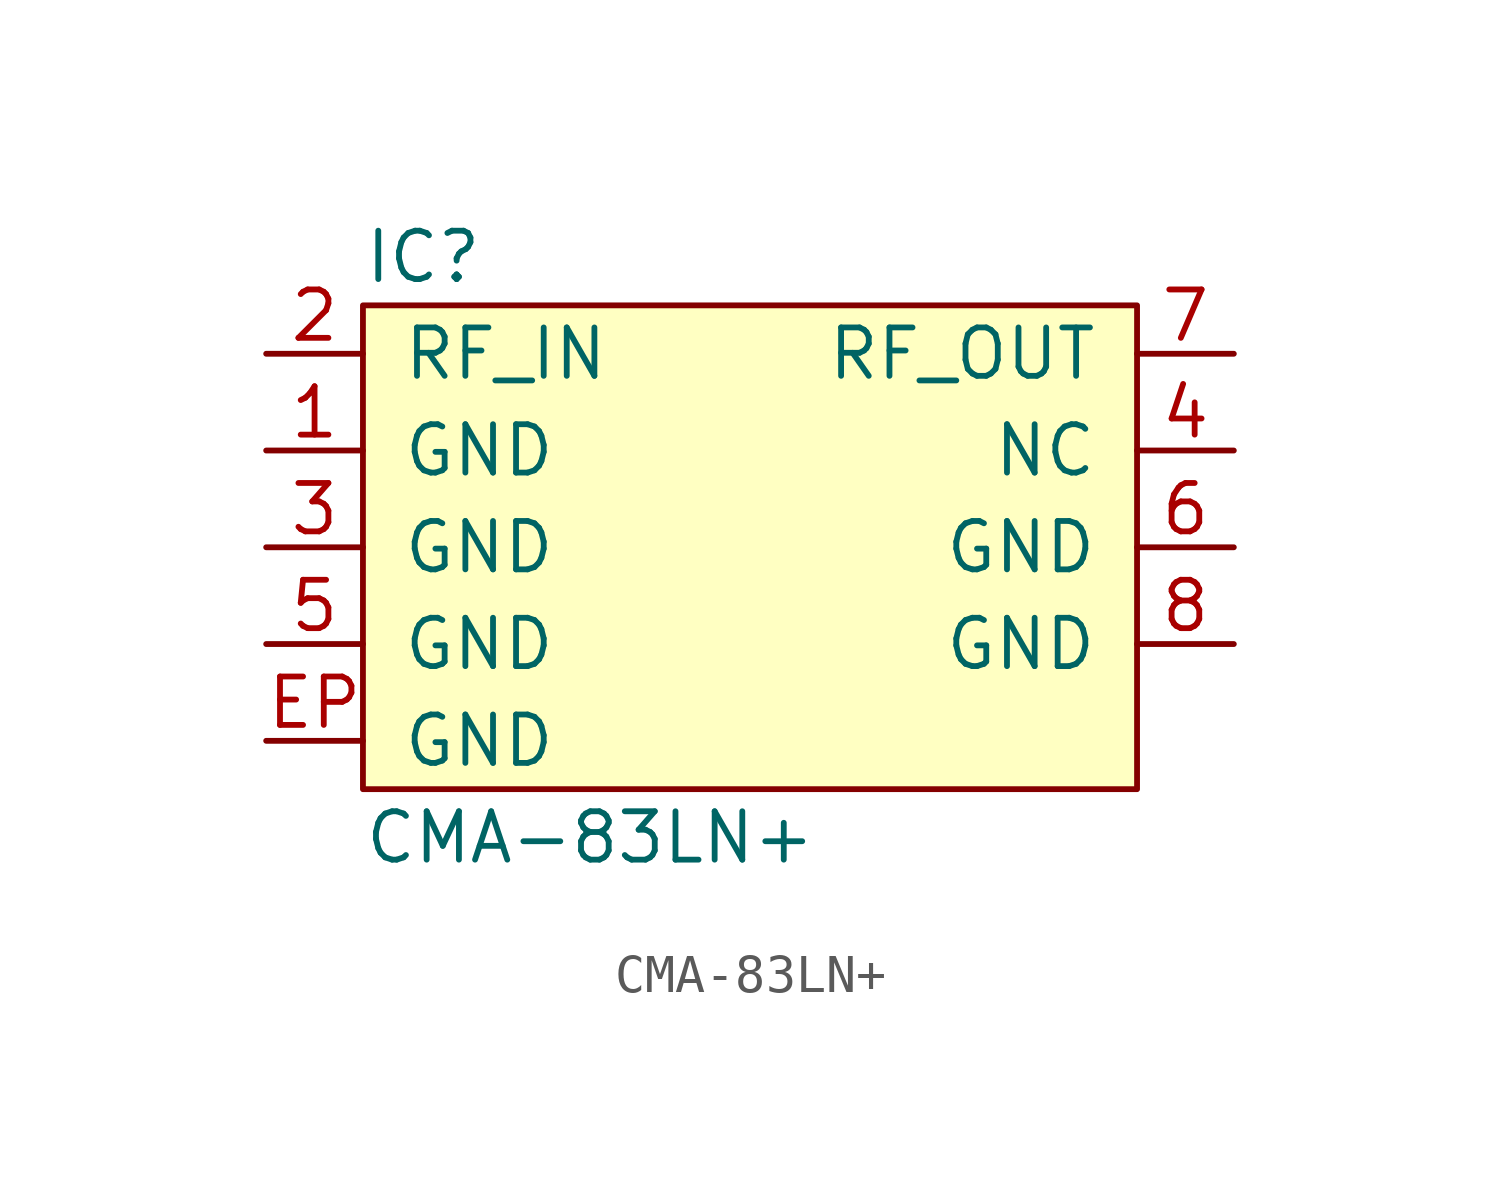
<source format=kicad_sym>
(kicad_symbol_lib
  (version 20211014)
  (generator agg_kicad.build_lib_ic)
  (symbol "CMA-83LN+"
    (pin_names
      (offset 1.016))
    (property Reference IC
      (at -10.16 7.62 0)
      (effects (font (size 1.27 1.27)) (justify left)))
    (property Value "CMA-83LN+"
      (at -10.16 -7.62 0)
      (effects (font (size 1.27 1.27)) (justify left)))
    (symbol "CMA-83LN+_0_0"
      (rectangle (start -10.16 6.35) (end 10.16 -6.35) (stroke (width 0) (type default) (color 0 0 0 0)) (fill (type background)))
      (pin input line (at -12.7 5.08 0) (length 2.54) (name RF_IN (effects (font (size 1.27 1.27)))) (number "2" (effects (font (size 1.27 1.27)))))
      (pin power_in line (at -12.7 2.54 0) (length 2.54) (name GND (effects (font (size 1.27 1.27)))) (number "1" (effects (font (size 1.27 1.27)))))
      (pin power_in line (at -12.7 0 0) (length 2.54) (name GND (effects (font (size 1.27 1.27)))) (number "3" (effects (font (size 1.27 1.27)))))
      (pin power_in line (at -12.7 -2.54 0) (length 2.54) (name GND (effects (font (size 1.27 1.27)))) (number "5" (effects (font (size 1.27 1.27)))))
      (pin power_in line (at -12.7 -5.08 0) (length 2.54) (name GND (effects (font (size 1.27 1.27)))) (number EP (effects (font (size 1.27 1.27)))))
      (pin output line (at 12.7 5.08 180) (length 2.54) (name RF_OUT (effects (font (size 1.27 1.27)))) (number "7" (effects (font (size 1.27 1.27)))))
      (pin power_in line (at 12.7 2.54 180) (length 2.54) (name NC (effects (font (size 1.27 1.27)))) (number "4" (effects (font (size 1.27 1.27)))))
      (pin power_in line (at 12.7 0 180) (length 2.54) (name GND (effects (font (size 1.27 1.27)))) (number "6" (effects (font (size 1.27 1.27)))))
      (pin power_in line (at 12.7 -2.54 180) (length 2.54) (name GND (effects (font (size 1.27 1.27)))) (number "8" (effects (font (size 1.27 1.27))))))))
</source>
